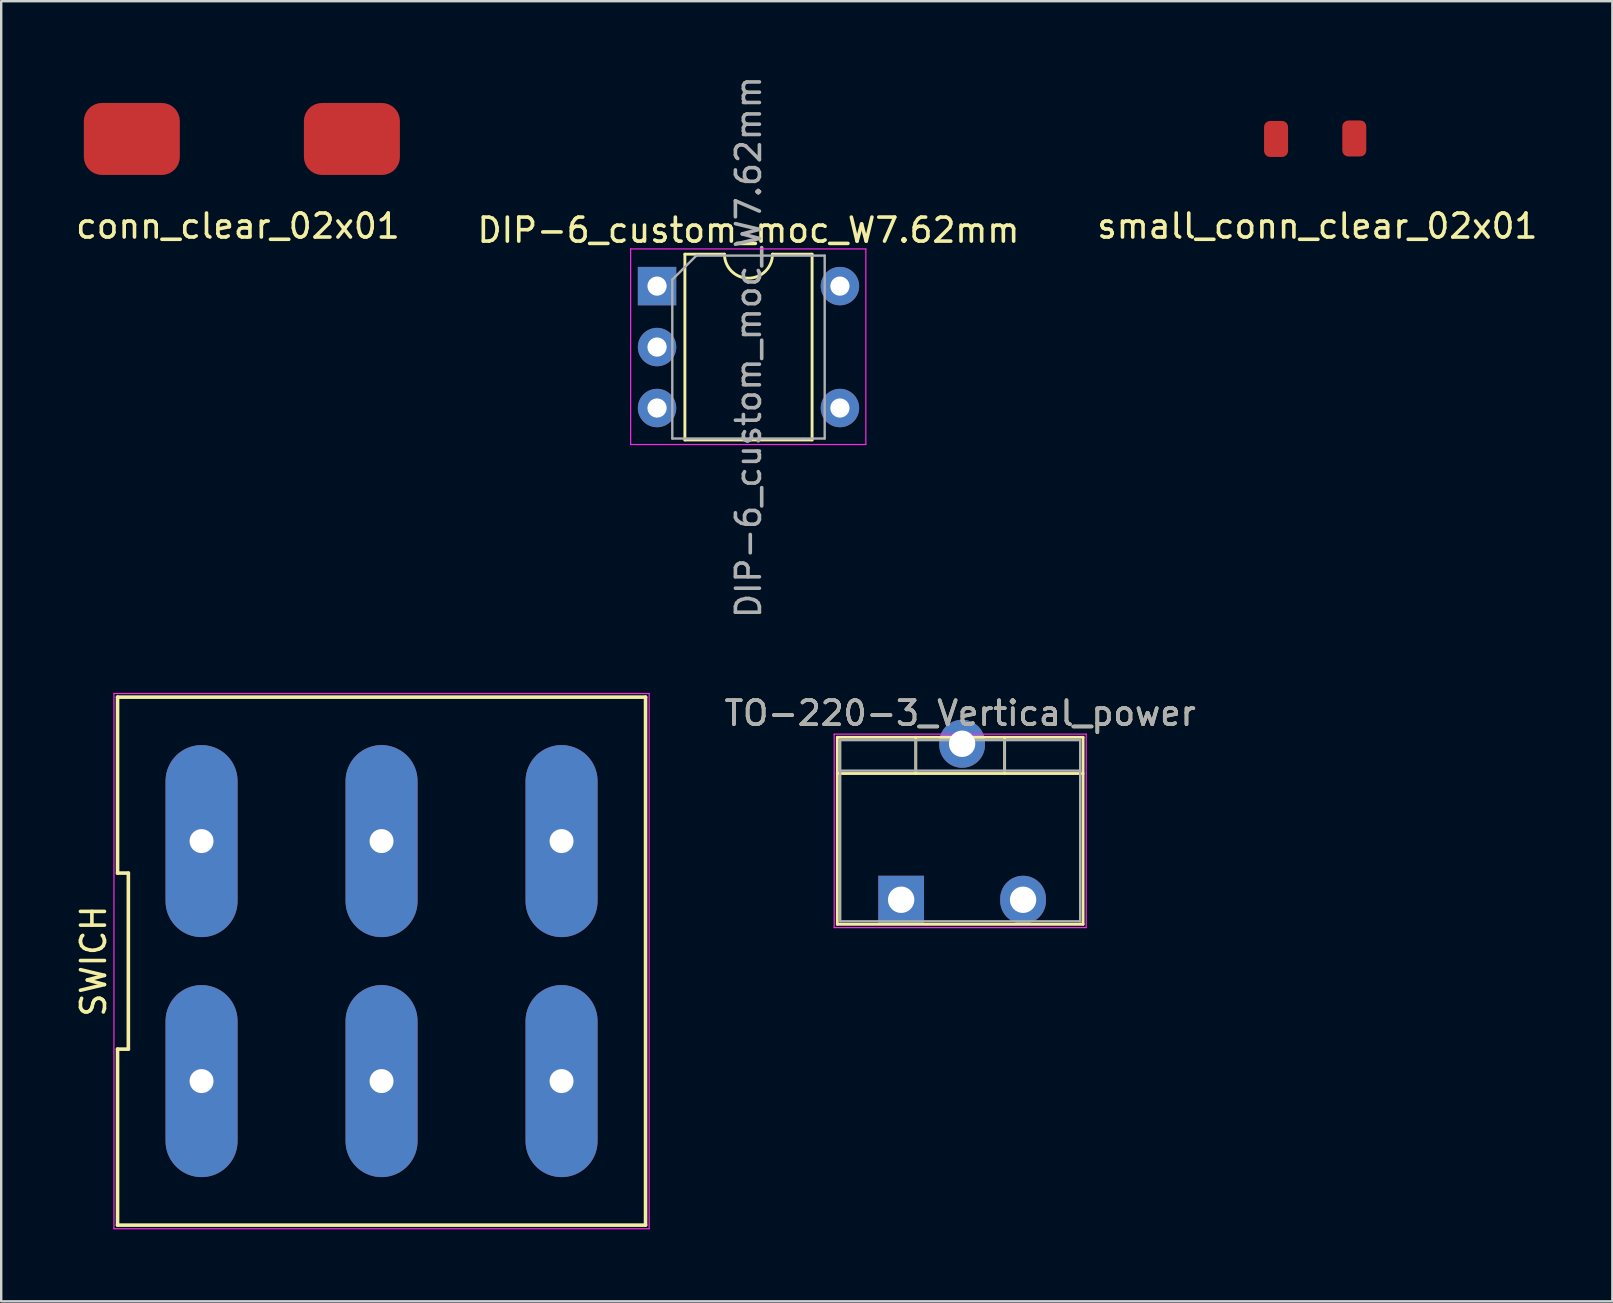
<source format=kicad_pcb>
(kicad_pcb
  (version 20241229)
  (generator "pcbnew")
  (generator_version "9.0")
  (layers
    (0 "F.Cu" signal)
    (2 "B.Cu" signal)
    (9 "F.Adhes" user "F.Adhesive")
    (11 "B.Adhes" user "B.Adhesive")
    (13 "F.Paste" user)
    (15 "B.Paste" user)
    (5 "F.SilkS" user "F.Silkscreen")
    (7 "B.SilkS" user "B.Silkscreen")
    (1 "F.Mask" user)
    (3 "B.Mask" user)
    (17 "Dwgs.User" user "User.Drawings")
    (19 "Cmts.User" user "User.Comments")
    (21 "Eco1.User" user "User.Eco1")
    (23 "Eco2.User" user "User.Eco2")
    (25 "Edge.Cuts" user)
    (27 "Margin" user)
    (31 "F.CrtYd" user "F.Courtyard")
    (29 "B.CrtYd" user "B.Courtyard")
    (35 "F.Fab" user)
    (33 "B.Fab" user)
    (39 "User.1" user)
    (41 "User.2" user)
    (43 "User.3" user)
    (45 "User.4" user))
  (footprint "SWICH"
    (layer "F.Cu")
    (at 12.848 36.996)
    (property "Reference" "SWICH" (at -12 0 90) (layer "F.SilkS") (effects (font (size 1 1) (thickness 0.15))))
    (attr through_hole)
    (fp_line (start -11 -11) (end -11 -3.667) (stroke (width 0.15) (type solid)) (layer "F.SilkS"))
    (fp_line (start -11 -3.667) (end -10.55 -3.667) (stroke (width 0.15) (type solid)) (layer "F.SilkS"))
    (fp_line (start -11 3.667) (end -11 11) (stroke (width 0.15) (type solid)) (layer "F.SilkS"))
    (fp_line (start -11 11) (end 11 11) (stroke (width 0.15) (type solid)) (layer "F.SilkS"))
    (fp_line (start -10.55 -3.667) (end -10.55 3.667) (stroke (width 0.15) (type solid)) (layer "F.SilkS"))
    (fp_line (start -10.55 3.667) (end -11 3.667) (stroke (width 0.15) (type solid)) (layer "F.SilkS"))
    (fp_line (start 11 -11) (end -11 -11) (stroke (width 0.15) (type solid)) (layer "F.SilkS"))
    (fp_line (start 11 11) (end 11 -11) (stroke (width 0.15) (type solid)) (layer "F.SilkS"))
    (fp_line (start -11.15 -11.15) (end 11.15 -11.15) (stroke (width 0.05) (type solid)) (layer "F.CrtYd"))
    (fp_line (start -11.15 11.15) (end -11.15 -11.15) (stroke (width 0.05) (type solid)) (layer "F.CrtYd"))
    (fp_line (start 11.15 -11.15) (end 11.15 11.15) (stroke (width 0.05) (type solid)) (layer "F.CrtYd"))
    (fp_line (start 11.15 11.15) (end -11.15 11.15) (stroke (width 0.05) (type solid)) (layer "F.CrtYd"))
    (pad "1" thru_hole oval (at -7.5 -5) (size 3 8) (drill 1) (layers "*.Cu" "*.Mask"))
    (pad "2" thru_hole oval (at 0 -5) (size 3 8) (drill 1) (layers "*.Cu" "*.Mask"))
    (pad "3" thru_hole oval (at 7.5 -5) (size 3 8) (drill 1) (layers "*.Cu" "*.Mask"))
    (pad "4" thru_hole oval (at -7.5 5) (size 3 8) (drill 1) (layers "*.Cu" "*.Mask"))
    (pad "5" thru_hole oval (at 0 5) (size 3 8) (drill 1) (layers "*.Cu" "*.Mask"))
    (pad "6" thru_hole oval (at 7.5 5) (size 3 8) (drill 1) (layers "*.Cu" "*.Mask")))
  (footprint "TO-220-3_Vertical_power"
    (layer "F.Cu")
    (at 34.418 34.09)
    (property "Reference" "TO-220-3_Vertical_power" (at 2.54 -7.42 0) (layer "F.SilkS") (effects (font (size 1 1) (thickness 0.15))))
    (attr through_hole)
    (fp_line (start -2.58 -6.42) (end -2.58 1.371) (stroke (width 0.12) (type solid)) (layer "F.SilkS"))
    (fp_line (start -2.58 -6.42) (end 7.66 -6.42) (stroke (width 0.12) (type solid)) (layer "F.SilkS"))
    (fp_line (start -2.58 -4.91) (end 7.66 -4.91) (stroke (width 0.12) (type solid)) (layer "F.SilkS"))
    (fp_line (start -2.58 1.371) (end 7.66 1.371) (stroke (width 0.12) (type solid)) (layer "F.SilkS"))
    (fp_line (start 0.69 -6.42) (end 0.69 -4.91) (stroke (width 0.12) (type solid)) (layer "F.SilkS"))
    (fp_line (start 4.391 -6.42) (end 4.391 -4.91) (stroke (width 0.12) (type solid)) (layer "F.SilkS"))
    (fp_line (start 7.66 -6.42) (end 7.66 1.371) (stroke (width 0.12) (type solid)) (layer "F.SilkS"))
    (fp_line (start -2.71 -6.55) (end -2.71 1.51) (stroke (width 0.05) (type solid)) (layer "F.CrtYd"))
    (fp_line (start -2.71 1.51) (end 7.79 1.51) (stroke (width 0.05) (type solid)) (layer "F.CrtYd"))
    (fp_line (start 7.79 -6.55) (end -2.71 -6.55) (stroke (width 0.05) (type solid)) (layer "F.CrtYd"))
    (fp_line (start 7.79 1.51) (end 7.79 -6.55) (stroke (width 0.05) (type solid)) (layer "F.CrtYd"))
    (fp_line (start -2.46 -6.3) (end -2.46 1.25) (stroke (width 0.1) (type solid)) (layer "F.Fab"))
    (fp_line (start -2.46 -5.03) (end 7.54 -5.03) (stroke (width 0.1) (type solid)) (layer "F.Fab"))
    (fp_line (start -2.46 1.25) (end 7.54 1.25) (stroke (width 0.1) (type solid)) (layer "F.Fab"))
    (fp_line (start 0.69 -6.3) (end 0.69 -5.03) (stroke (width 0.1) (type solid)) (layer "F.Fab"))
    (fp_line (start 4.39 -6.3) (end 4.39 -5.03) (stroke (width 0.1) (type solid)) (layer "F.Fab"))
    (fp_line (start 7.54 -6.3) (end -2.46 -6.3) (stroke (width 0.1) (type solid)) (layer "F.Fab"))
    (fp_line (start 7.54 1.25) (end 7.54 -6.3) (stroke (width 0.1) (type solid)) (layer "F.Fab"))
    (fp_text user "${REFERENCE}" (at 2.54 -7.42 0) (layer "F.Fab") (effects (font (size 1 1) (thickness 0.15))))
    (pad "1" thru_hole rect (at 0.08 0.35) (size 1.905 2) (drill 1.1) (layers "*.Cu" "*.Mask"))
    (pad "2" thru_hole oval (at 2.62 -6.15) (size 1.905 2) (drill 1.1) (layers "*.Cu" "*.Mask"))
    (pad "3" thru_hole oval (at 5.16 0.35) (size 1.905 2) (drill 1.1) (layers "*.Cu" "*.Mask")))
  (footprint "small_conn_clear_02x01"
    (layer "F.Cu")
    (at 51.849 0.25)
    (property "Reference" "small_conn_clear_02x01" (at -0.01 6.12 0) (layer "F.SilkS") (effects (font (size 1 1) (thickness 0.15))))
    (attr through_hole)
    (pad "1" smd roundrect (at -1.73 2.49) (size 1 1.5) (layers "F.Cu" "F.Mask" "F.Paste") (roundrect_rratio 0.25))
    (pad "2" smd roundrect (at 1.53 2.47) (size 1 1.5) (layers "F.Cu" "F.Mask" "F.Paste") (roundrect_rratio 0.25)))
  (footprint "conn_clear_02x01"
    (layer "F.Cu")
    (at 6.873 0.25)
    (property "Reference" "conn_clear_02x01" (at -0.01 6.12 0) (layer "F.SilkS") (effects (font (size 1 1) (thickness 0.15))))
    (attr through_hole)
    (pad "1" smd roundrect (at -4.43 2.49) (size 4 3) (layers "F.Cu" "F.Mask" "F.Paste") (roundrect_rratio 0.25))
    (pad "2" smd roundrect (at 4.74 2.49) (size 4 3) (layers "F.Cu" "F.Mask" "F.Paste") (roundrect_rratio 0.25)))
  (footprint "DIP-6_custom_moc_W7.62mm"
    (layer "F.Cu")
    (at 24.327 8.871)
    (property "Reference" "DIP-6_custom_moc_W7.62mm" (at 3.81 -2.33 0) (layer "F.SilkS") (effects (font (size 1 1) (thickness 0.15))))
    (attr through_hole)
    (fp_line (start 1.16 -1.33) (end 1.16 6.41) (stroke (width 0.12) (type solid)) (layer "F.SilkS"))
    (fp_line (start 1.16 6.41) (end 6.46 6.41) (stroke (width 0.12) (type solid)) (layer "F.SilkS"))
    (fp_line (start 2.81 -1.33) (end 1.16 -1.33) (stroke (width 0.12) (type solid)) (layer "F.SilkS"))
    (fp_line (start 6.46 -1.33) (end 4.81 -1.33) (stroke (width 0.12) (type solid)) (layer "F.SilkS"))
    (fp_line (start 6.46 6.41) (end 6.46 -1.33) (stroke (width 0.12) (type solid)) (layer "F.SilkS"))
    (fp_arc (start 4.81 -1.33) (mid 3.81 -0.33) (end 2.81 -1.33) (stroke (width 0.12) (type solid)) (layer "F.SilkS"))
    (fp_line (start -1.1 -1.55) (end -1.1 6.6) (stroke (width 0.05) (type solid)) (layer "F.CrtYd"))
    (fp_line (start -1.1 6.6) (end 8.7 6.6) (stroke (width 0.05) (type solid)) (layer "F.CrtYd"))
    (fp_line (start 8.7 -1.55) (end -1.1 -1.55) (stroke (width 0.05) (type solid)) (layer "F.CrtYd"))
    (fp_line (start 8.7 6.6) (end 8.7 -1.55) (stroke (width 0.05) (type solid)) (layer "F.CrtYd"))
    (fp_line (start 0.635 -0.27) (end 1.635 -1.27) (stroke (width 0.1) (type solid)) (layer "F.Fab"))
    (fp_line (start 0.635 6.35) (end 0.635 -0.27) (stroke (width 0.1) (type solid)) (layer "F.Fab"))
    (fp_line (start 1.635 -1.27) (end 6.985 -1.27) (stroke (width 0.1) (type solid)) (layer "F.Fab"))
    (fp_line (start 6.985 -1.27) (end 6.985 6.35) (stroke (width 0.1) (type solid)) (layer "F.Fab"))
    (fp_line (start 6.985 6.35) (end 0.635 6.35) (stroke (width 0.1) (type solid)) (layer "F.Fab"))
    (fp_text user "${REFERENCE}" (at 3.81 2.54 270) (layer "F.Fab") (effects (font (size 1 1) (thickness 0.15))))
    (pad "1" thru_hole rect (at 0 0) (size 1.6 1.6) (drill 0.8) (layers "*.Cu" "*.Mask"))
    (pad "2" thru_hole oval (at 0 2.54) (size 1.6 1.6) (drill 0.8) (layers "*.Cu" "*.Mask"))
    (pad "3" thru_hole oval (at 0 5.08) (size 1.6 1.6) (drill 0.8) (layers "*.Cu" "*.Mask"))
    (pad "4" thru_hole oval (at 7.62 5.08) (size 1.6 1.6) (drill 0.8) (layers "*.Cu" "*.Mask"))
    (pad "6" thru_hole oval (at 7.62 0) (size 1.6 1.6) (drill 0.8) (layers "*.Cu" "*.Mask")))
  (gr_rect
    (start -3 -3)
    (end 64.131 51.171)
    (stroke (width 0.1) (type default))
    (fill no)
    (layer "Edge.Cuts")))
</source>
